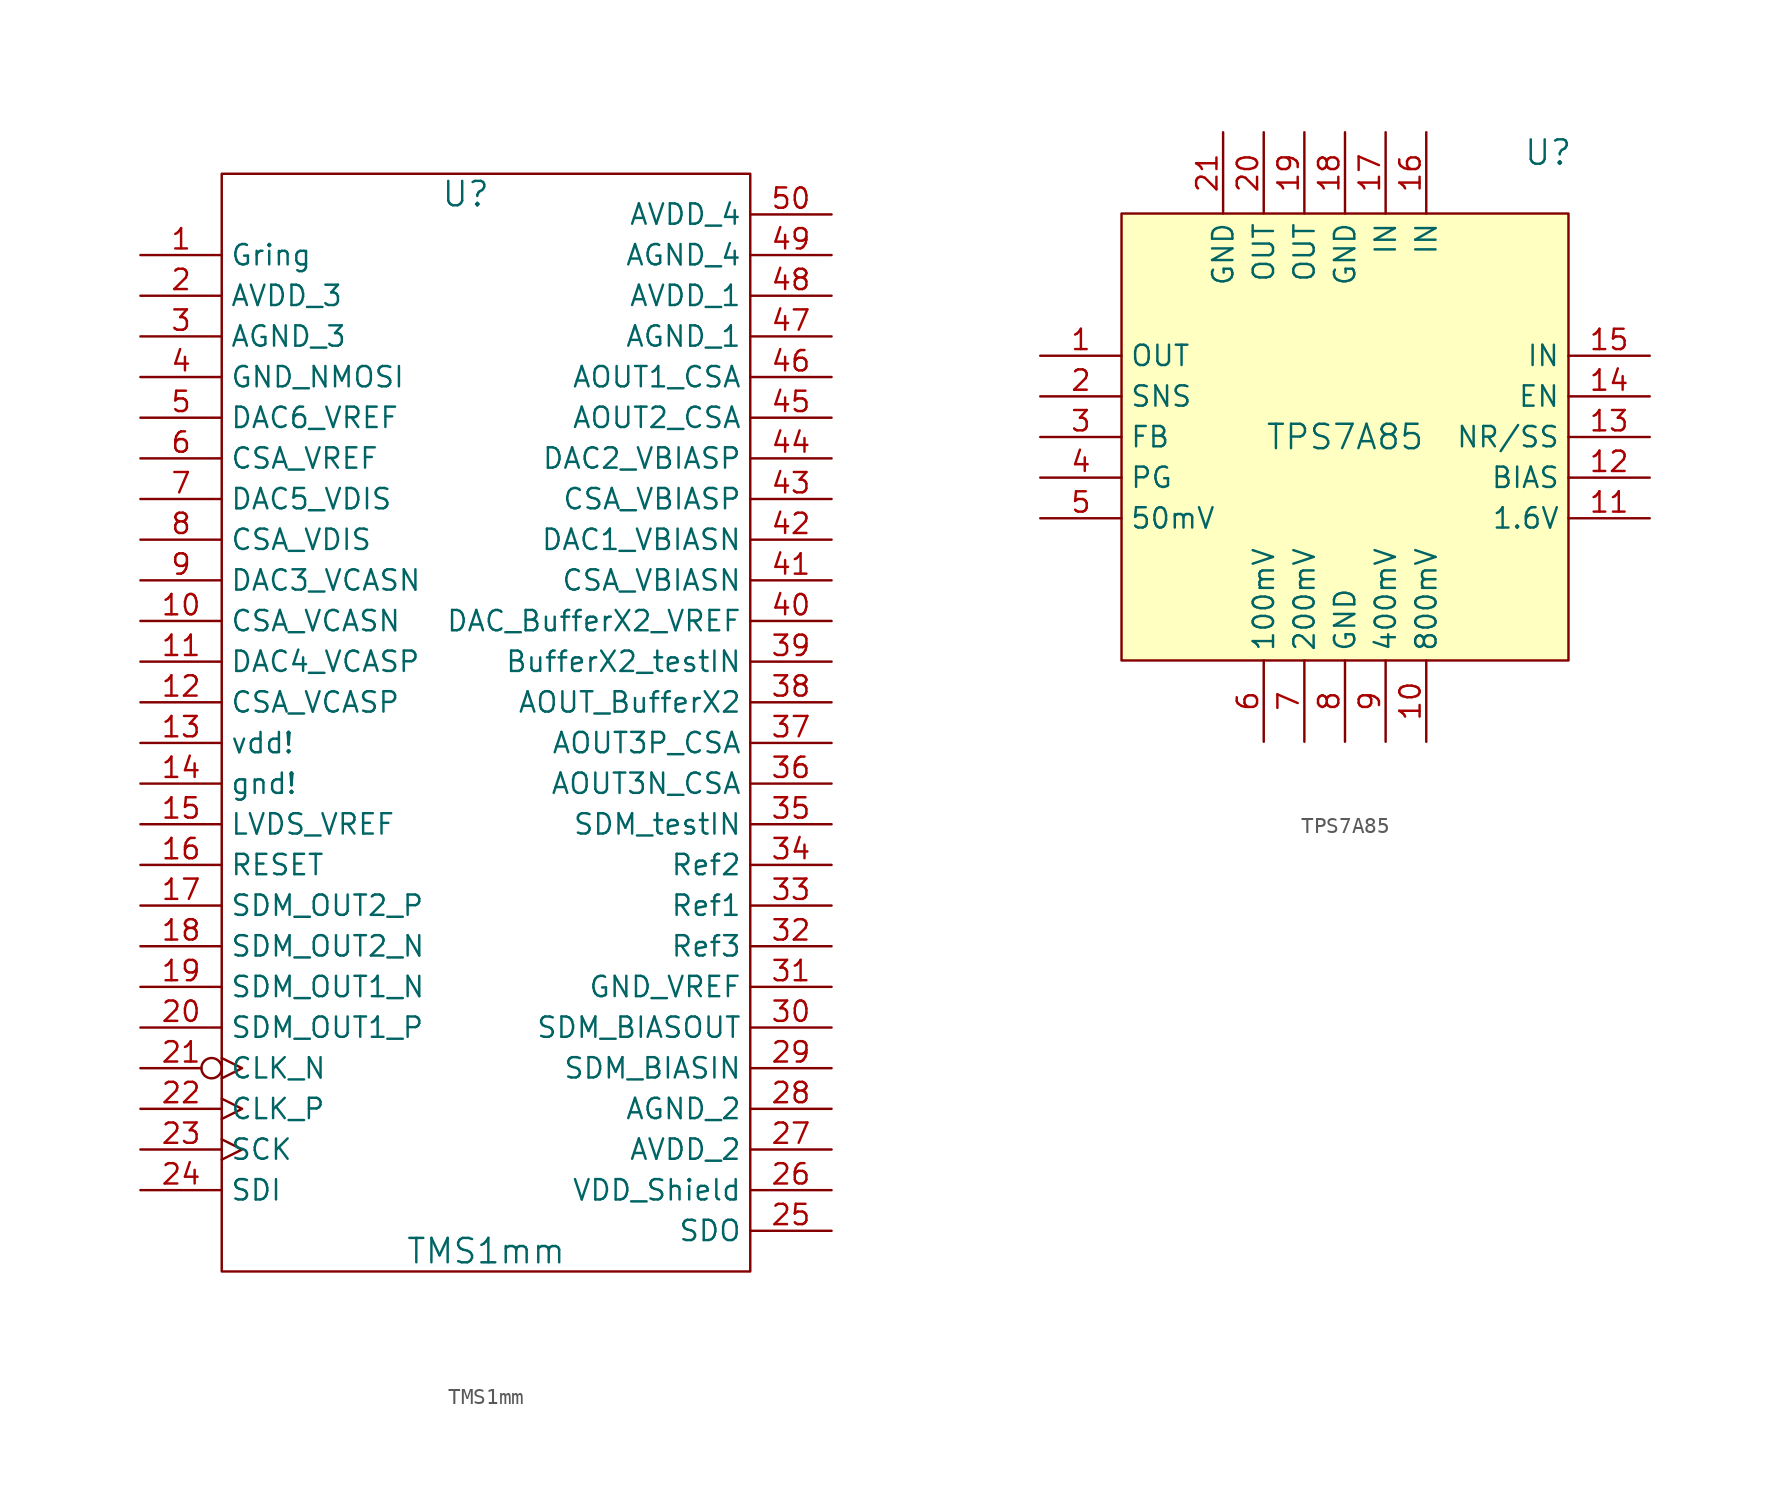
<source format=kicad_sym>
(kicad_symbol_lib
  (version 20231120)
  (generator "kicad_symbol_editor")
  (generator_version "8.0")
  (symbol "TMS1mm"
    (property "Reference" "U"
      (at -1.27 33.02 0)
      (effects (font (size 1.524 1.524))))
    (property "Value" "TMS1mm"
      (at 0 -33.02 0)
      (effects (font (size 1.524 1.524))))
    (property "Footprint" ""
      (at 0 0 0)
      (effects (font (size 1.524 1.524))))
    (property "Datasheet" ""
      (at 0 0 0)
      (effects (font (size 1.524 1.524))))
    (symbol "TMS1mm_1_1"
      (rectangle (start -16.51 34.29) (end 16.51 -34.29) (stroke (width 0) (type default)) (fill (type none)))
      (pin input line (at -21.59 29.21 0) (length 5.08) (name "Gring" (effects (font (size 1.27 1.27)))) (number "1" (effects (font (size 1.27 1.27)))))
      (pin input line (at -21.59 6.35 0) (length 5.08) (name "CSA_VCASN" (effects (font (size 1.27 1.27)))) (number "10" (effects (font (size 1.27 1.27)))))
      (pin output line (at -21.59 3.81 0) (length 5.08) (name "DAC4_VCASP" (effects (font (size 1.27 1.27)))) (number "11" (effects (font (size 1.27 1.27)))))
      (pin input line (at -21.59 1.27 0) (length 5.08) (name "CSA_VCASP" (effects (font (size 1.27 1.27)))) (number "12" (effects (font (size 1.27 1.27)))))
      (pin power_in line (at -21.59 -1.27 0) (length 5.08) (name "vdd!" (effects (font (size 1.27 1.27)))) (number "13" (effects (font (size 1.27 1.27)))))
      (pin power_in line (at -21.59 -3.81 0) (length 5.08) (name "gnd!" (effects (font (size 1.27 1.27)))) (number "14" (effects (font (size 1.27 1.27)))))
      (pin input line (at -21.59 -6.35 0) (length 5.08) (name "LVDS_VREF" (effects (font (size 1.27 1.27)))) (number "15" (effects (font (size 1.27 1.27)))))
      (pin input line (at -21.59 -8.89 0) (length 5.08) (name "RESET" (effects (font (size 1.27 1.27)))) (number "16" (effects (font (size 1.27 1.27)))))
      (pin output line (at -21.59 -11.43 0) (length 5.08) (name "SDM_OUT2_P" (effects (font (size 1.27 1.27)))) (number "17" (effects (font (size 1.27 1.27)))))
      (pin output line (at -21.59 -13.97 0) (length 5.08) (name "SDM_OUT2_N" (effects (font (size 1.27 1.27)))) (number "18" (effects (font (size 1.27 1.27)))))
      (pin output line (at -21.59 -16.51 0) (length 5.08) (name "SDM_OUT1_N" (effects (font (size 1.27 1.27)))) (number "19" (effects (font (size 1.27 1.27)))))
      (pin power_in line (at -21.59 26.67 0) (length 5.08) (name "AVDD_3" (effects (font (size 1.27 1.27)))) (number "2" (effects (font (size 1.27 1.27)))))
      (pin output line (at -21.59 -19.05 0) (length 5.08) (name "SDM_OUT1_P" (effects (font (size 1.27 1.27)))) (number "20" (effects (font (size 1.27 1.27)))))
      (pin input inverted_clock (at -21.59 -21.59 0) (length 5.08) (name "CLK_N" (effects (font (size 1.27 1.27)))) (number "21" (effects (font (size 1.27 1.27)))))
      (pin input clock (at -21.59 -24.13 0) (length 5.08) (name "CLK_P" (effects (font (size 1.27 1.27)))) (number "22" (effects (font (size 1.27 1.27)))))
      (pin input clock (at -21.59 -26.67 0) (length 5.08) (name "SCK" (effects (font (size 1.27 1.27)))) (number "23" (effects (font (size 1.27 1.27)))))
      (pin input line (at -21.59 -29.21 0) (length 5.08) (name "SDI" (effects (font (size 1.27 1.27)))) (number "24" (effects (font (size 1.27 1.27)))))
      (pin output line (at 21.59 -31.75 180) (length 5.08) (name "SDO" (effects (font (size 1.27 1.27)))) (number "25" (effects (font (size 1.27 1.27)))))
      (pin input line (at 21.59 -29.21 180) (length 5.08) (name "VDD_Shield" (effects (font (size 1.27 1.27)))) (number "26" (effects (font (size 1.27 1.27)))))
      (pin power_in line (at 21.59 -26.67 180) (length 5.08) (name "AVDD_2" (effects (font (size 1.27 1.27)))) (number "27" (effects (font (size 1.27 1.27)))))
      (pin power_in line (at 21.59 -24.13 180) (length 5.08) (name "AGND_2" (effects (font (size 1.27 1.27)))) (number "28" (effects (font (size 1.27 1.27)))))
      (pin input line (at 21.59 -21.59 180) (length 5.08) (name "SDM_BIASIN" (effects (font (size 1.27 1.27)))) (number "29" (effects (font (size 1.27 1.27)))))
      (pin power_in line (at -21.59 24.13 0) (length 5.08) (name "AGND_3" (effects (font (size 1.27 1.27)))) (number "3" (effects (font (size 1.27 1.27)))))
      (pin output line (at 21.59 -19.05 180) (length 5.08) (name "SDM_BIASOUT" (effects (font (size 1.27 1.27)))) (number "30" (effects (font (size 1.27 1.27)))))
      (pin input line (at 21.59 -16.51 180) (length 5.08) (name "GND_VREF" (effects (font (size 1.27 1.27)))) (number "31" (effects (font (size 1.27 1.27)))))
      (pin input line (at 21.59 -13.97 180) (length 5.08) (name "Ref3" (effects (font (size 1.27 1.27)))) (number "32" (effects (font (size 1.27 1.27)))))
      (pin input line (at 21.59 -11.43 180) (length 5.08) (name "Ref1" (effects (font (size 1.27 1.27)))) (number "33" (effects (font (size 1.27 1.27)))))
      (pin input line (at 21.59 -8.89 180) (length 5.08) (name "Ref2" (effects (font (size 1.27 1.27)))) (number "34" (effects (font (size 1.27 1.27)))))
      (pin input line (at 21.59 -6.35 180) (length 5.08) (name "SDM_testIN" (effects (font (size 1.27 1.27)))) (number "35" (effects (font (size 1.27 1.27)))))
      (pin output line (at 21.59 -3.81 180) (length 5.08) (name "AOUT3N_CSA" (effects (font (size 1.27 1.27)))) (number "36" (effects (font (size 1.27 1.27)))))
      (pin output line (at 21.59 -1.27 180) (length 5.08) (name "AOUT3P_CSA" (effects (font (size 1.27 1.27)))) (number "37" (effects (font (size 1.27 1.27)))))
      (pin output line (at 21.59 1.27 180) (length 5.08) (name "AOUT_BufferX2" (effects (font (size 1.27 1.27)))) (number "38" (effects (font (size 1.27 1.27)))))
      (pin input line (at 21.59 3.81 180) (length 5.08) (name "BufferX2_testIN" (effects (font (size 1.27 1.27)))) (number "39" (effects (font (size 1.27 1.27)))))
      (pin input line (at -21.59 21.59 0) (length 5.08) (name "GND_NMOSI" (effects (font (size 1.27 1.27)))) (number "4" (effects (font (size 1.27 1.27)))))
      (pin input line (at 21.59 6.35 180) (length 5.08) (name "DAC_BufferX2_VREF" (effects (font (size 1.27 1.27)))) (number "40" (effects (font (size 1.27 1.27)))))
      (pin input line (at 21.59 8.89 180) (length 5.08) (name "CSA_VBIASN" (effects (font (size 1.27 1.27)))) (number "41" (effects (font (size 1.27 1.27)))))
      (pin output line (at 21.59 11.43 180) (length 5.08) (name "DAC1_VBIASN" (effects (font (size 1.27 1.27)))) (number "42" (effects (font (size 1.27 1.27)))))
      (pin input line (at 21.59 13.97 180) (length 5.08) (name "CSA_VBIASP" (effects (font (size 1.27 1.27)))) (number "43" (effects (font (size 1.27 1.27)))))
      (pin output line (at 21.59 16.51 180) (length 5.08) (name "DAC2_VBIASP" (effects (font (size 1.27 1.27)))) (number "44" (effects (font (size 1.27 1.27)))))
      (pin output line (at 21.59 19.05 180) (length 5.08) (name "AOUT2_CSA" (effects (font (size 1.27 1.27)))) (number "45" (effects (font (size 1.27 1.27)))))
      (pin output line (at 21.59 21.59 180) (length 5.08) (name "AOUT1_CSA" (effects (font (size 1.27 1.27)))) (number "46" (effects (font (size 1.27 1.27)))))
      (pin power_in line (at 21.59 24.13 180) (length 5.08) (name "AGND_1" (effects (font (size 1.27 1.27)))) (number "47" (effects (font (size 1.27 1.27)))))
      (pin power_in line (at 21.59 26.67 180) (length 5.08) (name "AVDD_1" (effects (font (size 1.27 1.27)))) (number "48" (effects (font (size 1.27 1.27)))))
      (pin power_in line (at 21.59 29.21 180) (length 5.08) (name "AGND_4" (effects (font (size 1.27 1.27)))) (number "49" (effects (font (size 1.27 1.27)))))
      (pin output line (at -21.59 19.05 0) (length 5.08) (name "DAC6_VREF" (effects (font (size 1.27 1.27)))) (number "5" (effects (font (size 1.27 1.27)))))
      (pin power_in line (at 21.59 31.75 180) (length 5.08) (name "AVDD_4" (effects (font (size 1.27 1.27)))) (number "50" (effects (font (size 1.27 1.27)))))
      (pin input line (at -21.59 16.51 0) (length 5.08) (name "CSA_VREF" (effects (font (size 1.27 1.27)))) (number "6" (effects (font (size 1.27 1.27)))))
      (pin output line (at -21.59 13.97 0) (length 5.08) (name "DAC5_VDIS" (effects (font (size 1.27 1.27)))) (number "7" (effects (font (size 1.27 1.27)))))
      (pin input line (at -21.59 11.43 0) (length 5.08) (name "CSA_VDIS" (effects (font (size 1.27 1.27)))) (number "8" (effects (font (size 1.27 1.27)))))
      (pin output line (at -21.59 8.89 0) (length 5.08) (name "DAC3_VCASN" (effects (font (size 1.27 1.27)))) (number "9" (effects (font (size 1.27 1.27)))))))
  (symbol "TPS7A85"
    (property "Reference" "U"
      (at 12.7 17.78 0)
      (effects (font (size 1.524 1.524))))
    (property "Value" "TPS7A85"
      (at 0 0 0)
      (effects (font (size 1.524 1.524))))
    (property "Footprint" ""
      (at 0 0 0)
      (effects (font (size 1.524 1.524))))
    (property "Datasheet" ""
      (at 0 0 0)
      (effects (font (size 1.524 1.524))))
    (symbol "TPS7A85_0_1"
      (rectangle (start -13.97 13.97) (end 13.97 -13.97) (stroke (width 0) (type default)) (fill (type background))))
    (symbol "TPS7A85_1_1"
      (pin power_out line (at -19.05 5.08 0) (length 5.08) (name "OUT" (effects (font (size 1.27 1.27)))) (number "1" (effects (font (size 1.27 1.27)))))
      (pin input line (at 5.08 -19.05 90) (length 5.08) (name "800mV" (effects (font (size 1.27 1.27)))) (number "10" (effects (font (size 1.27 1.27)))))
      (pin input line (at 19.05 -5.08 180) (length 5.08) (name "1.6V" (effects (font (size 1.27 1.27)))) (number "11" (effects (font (size 1.27 1.27)))))
      (pin input line (at 19.05 -2.54 180) (length 5.08) (name "BIAS" (effects (font (size 1.27 1.27)))) (number "12" (effects (font (size 1.27 1.27)))))
      (pin output line (at 19.05 0 180) (length 5.08) (name "NR/SS" (effects (font (size 1.27 1.27)))) (number "13" (effects (font (size 1.27 1.27)))))
      (pin input line (at 19.05 2.54 180) (length 5.08) (name "EN" (effects (font (size 1.27 1.27)))) (number "14" (effects (font (size 1.27 1.27)))))
      (pin input line (at 19.05 5.08 180) (length 5.08) (name "IN" (effects (font (size 1.27 1.27)))) (number "15" (effects (font (size 1.27 1.27)))))
      (pin input line (at 5.08 19.05 270) (length 5.08) (name "IN" (effects (font (size 1.27 1.27)))) (number "16" (effects (font (size 1.27 1.27)))))
      (pin input line (at 2.54 19.05 270) (length 5.08) (name "IN" (effects (font (size 1.27 1.27)))) (number "17" (effects (font (size 1.27 1.27)))))
      (pin power_in line (at 0 19.05 270) (length 5.08) (name "GND" (effects (font (size 1.27 1.27)))) (number "18" (effects (font (size 1.27 1.27)))))
      (pin passive line (at -2.54 19.05 270) (length 5.08) (name "OUT" (effects (font (size 1.27 1.27)))) (number "19" (effects (font (size 1.27 1.27)))))
      (pin input line (at -19.05 2.54 0) (length 5.08) (name "SNS" (effects (font (size 1.27 1.27)))) (number "2" (effects (font (size 1.27 1.27)))))
      (pin passive line (at -5.08 19.05 270) (length 5.08) (name "OUT" (effects (font (size 1.27 1.27)))) (number "20" (effects (font (size 1.27 1.27)))))
      (pin power_in line (at -7.62 19.05 270) (length 5.08) (name "GND" (effects (font (size 1.27 1.27)))) (number "21" (effects (font (size 1.27 1.27)))))
      (pin input line (at -19.05 0 0) (length 5.08) (name "FB" (effects (font (size 1.27 1.27)))) (number "3" (effects (font (size 1.27 1.27)))))
      (pin output line (at -19.05 -2.54 0) (length 5.08) (name "PG" (effects (font (size 1.27 1.27)))) (number "4" (effects (font (size 1.27 1.27)))))
      (pin input line (at -19.05 -5.08 0) (length 5.08) (name "50mV" (effects (font (size 1.27 1.27)))) (number "5" (effects (font (size 1.27 1.27)))))
      (pin input line (at -5.08 -19.05 90) (length 5.08) (name "100mV" (effects (font (size 1.27 1.27)))) (number "6" (effects (font (size 1.27 1.27)))))
      (pin input line (at -2.54 -19.05 90) (length 5.08) (name "200mV" (effects (font (size 1.27 1.27)))) (number "7" (effects (font (size 1.27 1.27)))))
      (pin power_in line (at 0 -19.05 90) (length 5.08) (name "GND" (effects (font (size 1.27 1.27)))) (number "8" (effects (font (size 1.27 1.27)))))
      (pin input line (at 2.54 -19.05 90) (length 5.08) (name "400mV" (effects (font (size 1.27 1.27)))) (number "9" (effects (font (size 1.27 1.27))))))))
</source>
